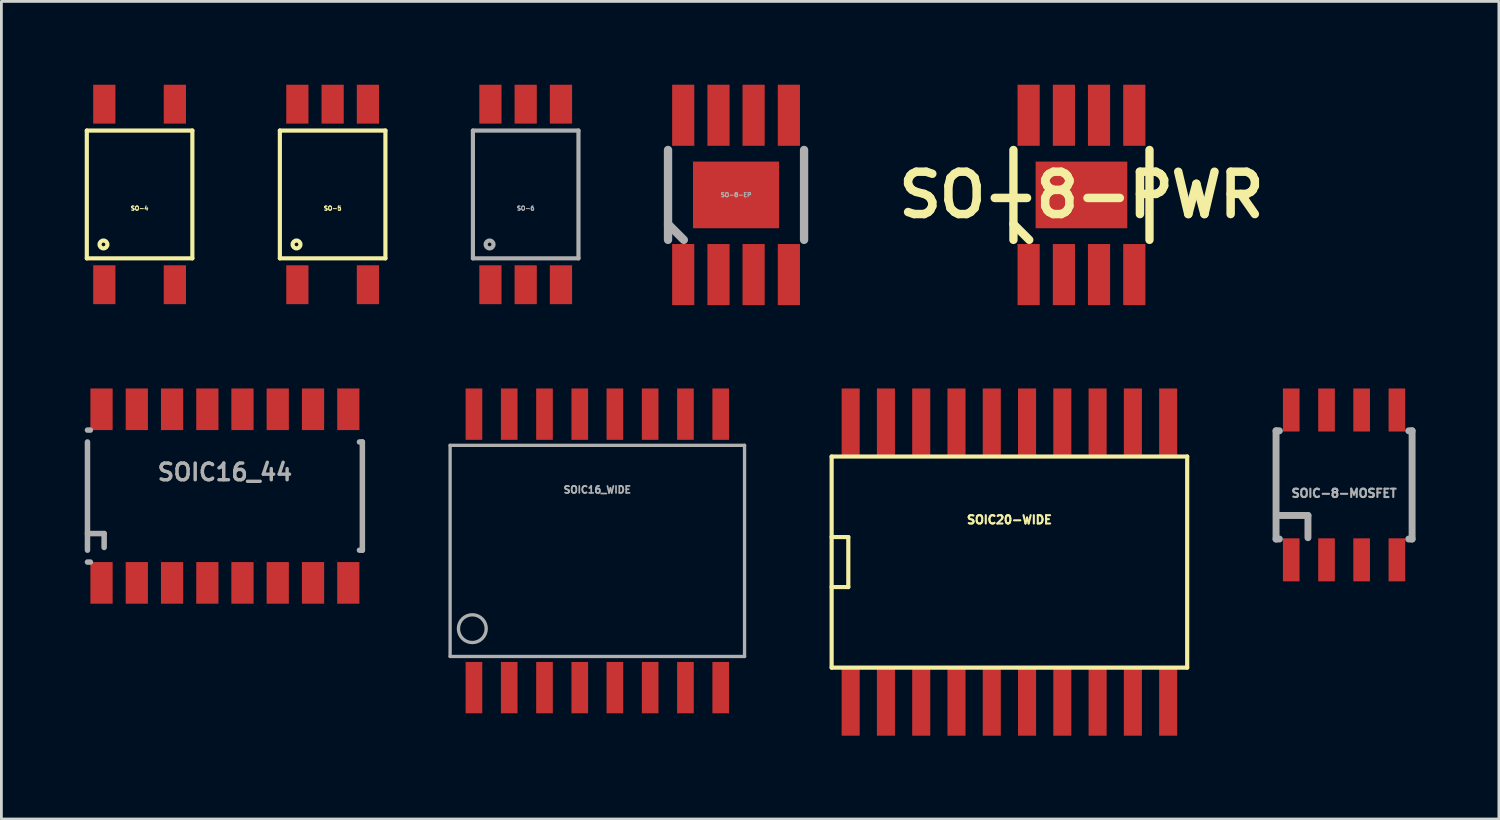
<source format=kicad_pcb>
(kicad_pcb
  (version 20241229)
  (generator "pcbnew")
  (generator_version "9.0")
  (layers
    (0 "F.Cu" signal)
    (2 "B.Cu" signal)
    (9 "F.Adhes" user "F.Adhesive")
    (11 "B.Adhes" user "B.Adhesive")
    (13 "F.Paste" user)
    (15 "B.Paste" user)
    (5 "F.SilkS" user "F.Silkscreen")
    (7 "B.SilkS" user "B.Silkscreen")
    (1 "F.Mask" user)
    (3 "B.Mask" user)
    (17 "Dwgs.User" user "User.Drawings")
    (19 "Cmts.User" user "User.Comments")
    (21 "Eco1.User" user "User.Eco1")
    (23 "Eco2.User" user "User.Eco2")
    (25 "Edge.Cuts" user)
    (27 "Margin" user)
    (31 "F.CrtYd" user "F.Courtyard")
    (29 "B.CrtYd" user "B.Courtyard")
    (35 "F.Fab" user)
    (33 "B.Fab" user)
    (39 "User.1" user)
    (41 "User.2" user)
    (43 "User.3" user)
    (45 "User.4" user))
  (footprint "SO-6"
    (layer "F.Cu")
    (at 15.875 3.95)
    (property "Reference" "SO-6" (at 0 0.5 0) (layer "F.Fab") (effects (font (size 0.15 0.15) (thickness 0.037))))
    (attr through_hole)
    (fp_line (start -1.9 -2.3) (end 1.9 -2.3) (stroke (width 0.15) (type solid)) (layer "F.Fab"))
    (fp_line (start -1.9 2.3) (end -1.9 -2.3) (stroke (width 0.15) (type solid)) (layer "F.Fab"))
    (fp_line (start 1.9 -2.3) (end 1.9 2.3) (stroke (width 0.15) (type solid)) (layer "F.Fab"))
    (fp_line (start 1.9 2.3) (end -1.9 2.3) (stroke (width 0.15) (type solid)) (layer "F.Fab"))
    (fp_circle (center -1.3 1.8) (end -1.2 1.9) (stroke (width 0.15) (type solid)) (fill no) (layer "F.Fab"))
    (pad "1" smd rect (at -1.27 3.25) (size 0.8 1.4) (layers "F.Cu" "F.Mask" "F.Paste"))
    (pad "2" smd rect (at 0 3.25) (size 0.8 1.4) (layers "F.Cu" "F.Mask" "F.Paste"))
    (pad "3" smd rect (at 1.27 3.25) (size 0.8 1.4) (layers "F.Cu" "F.Mask" "F.Paste"))
    (pad "4" smd rect (at 1.27 -3.25) (size 0.8 1.4) (layers "F.Cu" "F.Mask" "F.Paste"))
    (pad "5" smd rect (at 0 -3.25) (size 0.8 1.4) (layers "F.Cu" "F.Mask" "F.Paste"))
    (pad "6" smd rect (at -1.27 -3.25) (size 0.8 1.4) (layers "F.Cu" "F.Mask" "F.Paste")))
  (footprint "SOIC-8-MOSFET"
    (layer "F.Cu")
    (at 45.337 14.407)
    (property "Reference" "SOIC-8-MOSFET" (at 0 0.3 0) (layer "F.Fab") (effects (font (size 0.3 0.3) (thickness 0.075))))
    (attr smd)
    (fp_line (start -2.449 -1.948) (end -2.449 1.948) (stroke (width 0.249) (type solid)) (layer "F.Fab"))
    (fp_line (start -2.449 -1.948) (end -2.329 -1.948) (stroke (width 0.249) (type solid)) (layer "F.Fab"))
    (fp_line (start -2.449 1.948) (end -2.329 1.948) (stroke (width 0.249) (type solid)) (layer "F.Fab"))
    (fp_line (start -2.4 1.1) (end -1.3 1.1) (stroke (width 0.249) (type solid)) (layer "F.Fab"))
    (fp_line (start -1.3 1.1) (end -1.3 1.9) (stroke (width 0.249) (type solid)) (layer "F.Fab"))
    (fp_line (start 2.329 -1.948) (end 2.449 -1.948) (stroke (width 0.249) (type solid)) (layer "F.Fab"))
    (fp_line (start 2.329 1.948) (end 2.449 1.948) (stroke (width 0.249) (type solid)) (layer "F.Fab"))
    (fp_line (start 2.449 -1.948) (end 2.449 1.948) (stroke (width 0.249) (type solid)) (layer "F.Fab"))
    (pad "D" smd rect (at -1.902 -2.697) (size 0.599 1.549) (layers "F.Cu" "F.Mask" "F.Paste"))
    (pad "D" smd rect (at -0.632 -2.697) (size 0.599 1.549) (layers "F.Cu" "F.Mask" "F.Paste"))
    (pad "D" smd rect (at 0.632 -2.697) (size 0.599 1.549) (layers "F.Cu" "F.Mask" "F.Paste"))
    (pad "D" smd rect (at 1.902 -2.697) (size 0.599 1.549) (layers "F.Cu" "F.Mask" "F.Paste"))
    (pad "G" smd rect (at 1.902 2.697 180) (size 0.599 1.549) (layers "F.Cu" "F.Mask" "F.Paste"))
    (pad "S" smd rect (at -1.902 2.697 180) (size 0.599 1.549) (layers "F.Cu" "F.Mask" "F.Paste"))
    (pad "S" smd rect (at -0.632 2.697 180) (size 0.599 1.549) (layers "F.Cu" "F.Mask" "F.Paste"))
    (pad "S" smd rect (at 0.632 2.697 180) (size 0.599 1.549) (layers "F.Cu" "F.Mask" "F.Paste")))
  (footprint "SO-8-PWR"
    (layer "F.Cu")
    (at 35.883 3.967)
    (property "Reference" "SO-8-PWR" (at 0 0 0) (layer "F.SilkS") (effects (font (size 1.524 1.524) (thickness 0.305))))
    (attr through_hole)
    (fp_line (start -2.449 -1.618) (end -2.449 1.618) (stroke (width 0.3) (type solid)) (layer "F.SilkS"))
    (fp_line (start -2.449 1.049) (end -1.88 1.618) (stroke (width 0.3) (type solid)) (layer "F.SilkS"))
    (fp_line (start 2.449 -1.618) (end 2.449 1.618) (stroke (width 0.3) (type solid)) (layer "F.SilkS"))
    (pad "1" smd rect (at -1.902 2.868 180) (size 0.798 2.2) (layers "F.Cu" "F.Mask" "F.Paste"))
    (pad "2" smd rect (at -0.632 2.868 180) (size 0.798 2.2) (layers "F.Cu" "F.Mask" "F.Paste"))
    (pad "3" smd rect (at 0.632 2.868 180) (size 0.798 2.2) (layers "F.Cu" "F.Mask" "F.Paste"))
    (pad "4" smd rect (at 1.902 2.868 180) (size 0.798 2.2) (layers "F.Cu" "F.Mask" "F.Paste"))
    (pad "5" smd rect (at 1.902 -2.868) (size 0.798 2.2) (layers "F.Cu" "F.Mask" "F.Paste"))
    (pad "6" smd rect (at 0 0) (size 3.3 2.4) (layers "F.Cu" "F.Mask" "F.Paste"))
    (pad "6" smd rect (at 0.632 -2.868) (size 0.798 2.2) (layers "F.Cu" "F.Mask" "F.Paste"))
    (pad "7" smd rect (at -0.632 -2.868) (size 0.798 2.2) (layers "F.Cu" "F.Mask" "F.Paste"))
    (pad "8" smd rect (at -1.902 -2.868) (size 0.798 2.2) (layers "F.Cu" "F.Mask" "F.Paste")))
  (footprint "SO-8-EP"
    (layer "F.Cu")
    (at 23.448 3.967)
    (property "Reference" "SO-8-EP" (at 0 0 0) (layer "F.Fab") (effects (font (size 0.15 0.15) (thickness 0.037))))
    (attr through_hole)
    (fp_line (start -2.449 -1.618) (end -2.449 1.618) (stroke (width 0.3) (type solid)) (layer "F.Fab"))
    (fp_line (start -2.449 1.049) (end -1.88 1.618) (stroke (width 0.3) (type solid)) (layer "F.Fab"))
    (fp_line (start 2.449 -1.618) (end 2.449 1.618) (stroke (width 0.3) (type solid)) (layer "F.Fab"))
    (pad "1" smd rect (at -1.902 2.868 180) (size 0.798 2.2) (layers "F.Cu" "F.Mask" "F.Paste"))
    (pad "2" smd rect (at -0.632 2.868 180) (size 0.798 2.2) (layers "F.Cu" "F.Mask" "F.Paste"))
    (pad "3" smd rect (at 0.632 2.868 180) (size 0.798 2.2) (layers "F.Cu" "F.Mask" "F.Paste"))
    (pad "4" smd rect (at 1.902 2.868 180) (size 0.798 2.2) (layers "F.Cu" "F.Mask" "F.Paste"))
    (pad "5" smd rect (at 1.902 -2.868) (size 0.798 2.2) (layers "F.Cu" "F.Mask" "F.Paste"))
    (pad "6" smd rect (at 0.632 -2.868) (size 0.798 2.2) (layers "F.Cu" "F.Mask" "F.Paste"))
    (pad "7" smd rect (at -0.632 -2.868) (size 0.798 2.2) (layers "F.Cu" "F.Mask" "F.Paste"))
    (pad "8" smd rect (at -1.902 -2.868) (size 0.798 2.2) (layers "F.Cu" "F.Mask" "F.Paste"))
    (pad "EP" smd rect (at 0 0) (size 3.1 2.4) (layers "F.Cu" "F.Mask" "F.Paste")))
  (footprint "SOIC16_WIDE"
    (layer "F.Cu")
    (at 18.454 16.782)
    (property "Reference" "SOIC16_WIDE" (at 0 -2.2 0) (layer "F.Fab") (effects (font (size 0.25 0.25) (thickness 0.062))))
    (attr through_hole)
    (fp_line (start -5.3 -3.8) (end 5.3 -3.8) (stroke (width 0.12) (type solid)) (layer "F.Fab"))
    (fp_line (start -5.3 3.8) (end -5.3 -3.8) (stroke (width 0.12) (type solid)) (layer "F.Fab"))
    (fp_line (start 5.3 -3.8) (end 5.3 3.8) (stroke (width 0.12) (type solid)) (layer "F.Fab"))
    (fp_line (start 5.3 3.8) (end -5.3 3.8) (stroke (width 0.12) (type solid)) (layer "F.Fab"))
    (fp_circle (center -4.5 2.8) (end -4.2 3.2) (stroke (width 0.12) (type solid)) (fill no) (layer "F.Fab"))
    (pad "1" smd rect (at -4.442 4.923 180) (size 0.599 1.849) (layers "F.Cu" "F.Mask" "F.Paste"))
    (pad "2" smd rect (at -3.172 4.923 180) (size 0.599 1.849) (layers "F.Cu" "F.Mask" "F.Paste"))
    (pad "3" smd rect (at -1.902 4.923 180) (size 0.599 1.849) (layers "F.Cu" "F.Mask" "F.Paste"))
    (pad "4" smd rect (at -0.632 4.923 180) (size 0.599 1.849) (layers "F.Cu" "F.Mask" "F.Paste"))
    (pad "5" smd rect (at 0.632 4.923 180) (size 0.599 1.849) (layers "F.Cu" "F.Mask" "F.Paste"))
    (pad "6" smd rect (at 1.902 4.923 180) (size 0.599 1.849) (layers "F.Cu" "F.Mask" "F.Paste"))
    (pad "7" smd rect (at 3.172 4.923 180) (size 0.599 1.849) (layers "F.Cu" "F.Mask" "F.Paste"))
    (pad "8" smd rect (at 4.442 4.923 180) (size 0.599 1.849) (layers "F.Cu" "F.Mask" "F.Paste"))
    (pad "9" smd rect (at 4.442 -4.923) (size 0.599 1.849) (layers "F.Cu" "F.Mask" "F.Paste"))
    (pad "10" smd rect (at 3.172 -4.923) (size 0.599 1.849) (layers "F.Cu" "F.Mask" "F.Paste"))
    (pad "11" smd rect (at 1.902 -4.923) (size 0.599 1.849) (layers "F.Cu" "F.Mask" "F.Paste"))
    (pad "12" smd rect (at 0.632 -4.923) (size 0.599 1.849) (layers "F.Cu" "F.Mask" "F.Paste"))
    (pad "13" smd rect (at -0.632 -4.923) (size 0.599 1.849) (layers "F.Cu" "F.Mask" "F.Paste"))
    (pad "14" smd rect (at -1.902 -4.923) (size 0.599 1.849) (layers "F.Cu" "F.Mask" "F.Paste"))
    (pad "15" smd rect (at -3.172 -4.923) (size 0.599 1.849) (layers "F.Cu" "F.Mask" "F.Paste"))
    (pad "16" smd rect (at -4.442 -4.923) (size 0.599 1.849) (layers "F.Cu" "F.Mask" "F.Paste")))
  (footprint "SOIC16_44"
    (layer "F.Cu")
    (at 5.047 14.809)
    (property "Reference" "SOIC16_44" (at 0 -0.86 0) (layer "F.Fab") (effects (font (size 0.599 0.599) (thickness 0.124))))
    (attr through_hole)
    (fp_line (start -4.948 -2.376) (end -4.844 -2.376) (stroke (width 0.198) (type solid)) (layer "F.Fab"))
    (fp_line (start -4.948 -1.948) (end -4.948 1.948) (stroke (width 0.198) (type solid)) (layer "F.Fab"))
    (fp_line (start -4.948 1.349) (end -4.348 1.349) (stroke (width 0.198) (type solid)) (layer "F.Fab"))
    (fp_line (start -4.948 2.376) (end -4.844 2.376) (stroke (width 0.198) (type solid)) (layer "F.Fab"))
    (fp_line (start -4.348 1.349) (end -4.348 1.849) (stroke (width 0.198) (type solid)) (layer "F.Fab"))
    (fp_line (start 4.844 -1.948) (end 4.948 -1.948) (stroke (width 0.198) (type solid)) (layer "F.Fab"))
    (fp_line (start 4.844 1.948) (end 4.948 1.948) (stroke (width 0.198) (type solid)) (layer "F.Fab"))
    (fp_line (start 4.948 -1.948) (end 4.948 1.948) (stroke (width 0.198) (type solid)) (layer "F.Fab"))
    (pad "1" smd rect (at -4.442 3.125) (size 0.8 1.499) (layers "F.Cu" "F.Mask" "F.Paste"))
    (pad "2" smd rect (at -3.172 3.125) (size 0.8 1.499) (layers "F.Cu" "F.Mask" "F.Paste"))
    (pad "3" smd rect (at -1.902 3.125) (size 0.8 1.499) (layers "F.Cu" "F.Mask" "F.Paste"))
    (pad "4" smd rect (at -0.632 3.125) (size 0.8 1.499) (layers "F.Cu" "F.Mask" "F.Paste"))
    (pad "5" smd rect (at 0.632 3.125) (size 0.8 1.499) (layers "F.Cu" "F.Mask" "F.Paste"))
    (pad "6" smd rect (at 1.902 3.125) (size 0.8 1.499) (layers "F.Cu" "F.Mask" "F.Paste"))
    (pad "7" smd rect (at 3.172 3.125) (size 0.8 1.499) (layers "F.Cu" "F.Mask" "F.Paste"))
    (pad "8" smd rect (at 4.442 3.125) (size 0.8 1.499) (layers "F.Cu" "F.Mask" "F.Paste"))
    (pad "9" smd rect (at 4.442 -3.125) (size 0.8 1.499) (layers "F.Cu" "F.Mask" "F.Paste"))
    (pad "10" smd rect (at 3.172 -3.125) (size 0.8 1.499) (layers "F.Cu" "F.Mask" "F.Paste"))
    (pad "11" smd rect (at 1.902 -3.125) (size 0.8 1.499) (layers "F.Cu" "F.Mask" "F.Paste"))
    (pad "12" smd rect (at 0.632 -3.125) (size 0.8 1.499) (layers "F.Cu" "F.Mask" "F.Paste"))
    (pad "13" smd rect (at -0.632 -3.125) (size 0.8 1.499) (layers "F.Cu" "F.Mask" "F.Paste"))
    (pad "14" smd rect (at -1.902 -3.125) (size 0.8 1.499) (layers "F.Cu" "F.Mask" "F.Paste"))
    (pad "15" smd rect (at -3.172 -3.125) (size 0.8 1.499) (layers "F.Cu" "F.Mask" "F.Paste"))
    (pad "16" smd rect (at -4.442 -3.125) (size 0.8 1.499) (layers "F.Cu" "F.Mask" "F.Paste")))
  (footprint "SOIC20-WIDE"
    (layer "F.Cu")
    (at 33.289 17.185)
    (property "Reference" "SOIC20-WIDE" (at 0 -1.524 0) (layer "F.SilkS") (effects (font (size 0.3 0.3) (thickness 0.075))))
    (attr smd)
    (fp_line (start -6.4 -3.8) (end 6.4 -3.8) (stroke (width 0.15) (type solid)) (layer "F.SilkS"))
    (fp_line (start -6.4 -0.9) (end -5.8 -0.9) (stroke (width 0.15) (type solid)) (layer "F.SilkS"))
    (fp_line (start -6.4 3.8) (end -6.4 -3.8) (stroke (width 0.15) (type solid)) (layer "F.SilkS"))
    (fp_line (start -5.8 -0.9) (end -5.8 0.9) (stroke (width 0.15) (type solid)) (layer "F.SilkS"))
    (fp_line (start -5.8 0.9) (end -6.4 0.9) (stroke (width 0.15) (type solid)) (layer "F.SilkS"))
    (fp_line (start 6.4 -3.8) (end 6.4 3.8) (stroke (width 0.15) (type solid)) (layer "F.SilkS"))
    (fp_line (start 6.4 3.8) (end -6.4 3.8) (stroke (width 0.15) (type solid)) (layer "F.SilkS"))
    (pad "1" smd rect (at -5.715 5) (size 0.65 2.5) (layers "F.Cu" "F.Mask" "F.Paste"))
    (pad "2" smd rect (at -4.445 5) (size 0.65 2.5) (layers "F.Cu" "F.Mask" "F.Paste"))
    (pad "3" smd rect (at -3.175 5) (size 0.65 2.5) (layers "F.Cu" "F.Mask" "F.Paste"))
    (pad "4" smd rect (at -1.905 5) (size 0.65 2.5) (layers "F.Cu" "F.Mask" "F.Paste"))
    (pad "5" smd rect (at -0.635 5) (size 0.65 2.5) (layers "F.Cu" "F.Mask" "F.Paste"))
    (pad "6" smd rect (at 0.635 5) (size 0.65 2.5) (layers "F.Cu" "F.Mask" "F.Paste"))
    (pad "7" smd rect (at 1.905 5) (size 0.65 2.5) (layers "F.Cu" "F.Mask" "F.Paste"))
    (pad "8" smd rect (at 3.175 5) (size 0.65 2.5) (layers "F.Cu" "F.Mask" "F.Paste"))
    (pad "9" smd rect (at 4.445 5) (size 0.65 2.5) (layers "F.Cu" "F.Mask" "F.Paste"))
    (pad "10" smd rect (at 5.715 5) (size 0.65 2.5) (layers "F.Cu" "F.Mask" "F.Paste"))
    (pad "11" smd rect (at 5.715 -5) (size 0.65 2.5) (layers "F.Cu" "F.Mask" "F.Paste"))
    (pad "12" smd rect (at 4.445 -5) (size 0.65 2.5) (layers "F.Cu" "F.Mask" "F.Paste"))
    (pad "13" smd rect (at 3.175 -5) (size 0.65 2.5) (layers "F.Cu" "F.Mask" "F.Paste"))
    (pad "14" smd rect (at 1.905 -5) (size 0.65 2.5) (layers "F.Cu" "F.Mask" "F.Paste"))
    (pad "15" smd rect (at 0.635 -5) (size 0.65 2.5) (layers "F.Cu" "F.Mask" "F.Paste"))
    (pad "16" smd rect (at -0.635 -5) (size 0.65 2.5) (layers "F.Cu" "F.Mask" "F.Paste"))
    (pad "17" smd rect (at -1.905 -5) (size 0.65 2.5) (layers "F.Cu" "F.Mask" "F.Paste"))
    (pad "18" smd rect (at -3.175 -5) (size 0.65 2.5) (layers "F.Cu" "F.Mask" "F.Paste"))
    (pad "19" smd rect (at -4.445 -5) (size 0.65 2.5) (layers "F.Cu" "F.Mask" "F.Paste"))
    (pad "20" smd rect (at -5.715 -5) (size 0.65 2.5) (layers "F.Cu" "F.Mask" "F.Paste")))
  (footprint "SO-4"
    (layer "F.Cu")
    (at 1.975 3.95)
    (property "Reference" "SO-4" (at 0 0.5 0) (layer "F.SilkS") (effects (font (size 0.15 0.15) (thickness 0.037))))
    (attr through_hole)
    (fp_line (start -1.9 -2.3) (end 1.9 -2.3) (stroke (width 0.15) (type solid)) (layer "F.SilkS"))
    (fp_line (start -1.9 2.3) (end -1.9 -2.3) (stroke (width 0.15) (type solid)) (layer "F.SilkS"))
    (fp_line (start 1.9 -2.3) (end 1.9 2.3) (stroke (width 0.15) (type solid)) (layer "F.SilkS"))
    (fp_line (start 1.9 2.3) (end -1.9 2.3) (stroke (width 0.15) (type solid)) (layer "F.SilkS"))
    (fp_circle (center -1.3 1.8) (end -1.2 1.9) (stroke (width 0.15) (type solid)) (fill no) (layer "F.SilkS"))
    (pad "1" smd rect (at -1.27 3.25) (size 0.8 1.4) (layers "F.Cu" "F.Mask" "F.Paste"))
    (pad "3" smd rect (at 1.27 3.25) (size 0.8 1.4) (layers "F.Cu" "F.Mask" "F.Paste"))
    (pad "4" smd rect (at 1.27 -3.25) (size 0.8 1.4) (layers "F.Cu" "F.Mask" "F.Paste"))
    (pad "6" smd rect (at -1.27 -3.25) (size 0.8 1.4) (layers "F.Cu" "F.Mask" "F.Paste")))
  (footprint "SO-5"
    (layer "F.Cu")
    (at 8.925 3.95)
    (property "Reference" "SO-5" (at 0 0.5 0) (layer "F.SilkS") (effects (font (size 0.15 0.15) (thickness 0.037))))
    (attr smd)
    (fp_line (start -1.9 -2.3) (end 1.9 -2.3) (stroke (width 0.15) (type solid)) (layer "F.SilkS"))
    (fp_line (start -1.9 2.3) (end -1.9 -2.3) (stroke (width 0.15) (type solid)) (layer "F.SilkS"))
    (fp_line (start 1.9 -2.3) (end 1.9 2.3) (stroke (width 0.15) (type solid)) (layer "F.SilkS"))
    (fp_line (start 1.9 2.3) (end -1.9 2.3) (stroke (width 0.15) (type solid)) (layer "F.SilkS"))
    (fp_circle (center -1.3 1.8) (end -1.2 1.9) (stroke (width 0.15) (type solid)) (fill no) (layer "F.SilkS"))
    (pad "1" smd rect (at -1.27 3.25) (size 0.8 1.4) (layers "F.Cu" "F.Mask" "F.Paste"))
    (pad "3" smd rect (at 1.27 3.25) (size 0.8 1.4) (layers "F.Cu" "F.Mask" "F.Paste"))
    (pad "4" smd rect (at 1.27 -3.25) (size 0.8 1.4) (layers "F.Cu" "F.Mask" "F.Paste"))
    (pad "5" smd rect (at 0 -3.25) (size 0.8 1.4) (layers "F.Cu" "F.Mask" "F.Paste"))
    (pad "6" smd rect (at -1.27 -3.25) (size 0.8 1.4) (layers "F.Cu" "F.Mask" "F.Paste")))
  (gr_rect
    (start -3 -3)
    (end 50.91 26.435)
    (stroke (width 0.1) (type default))
    (fill no)
    (layer "Edge.Cuts")))
</source>
